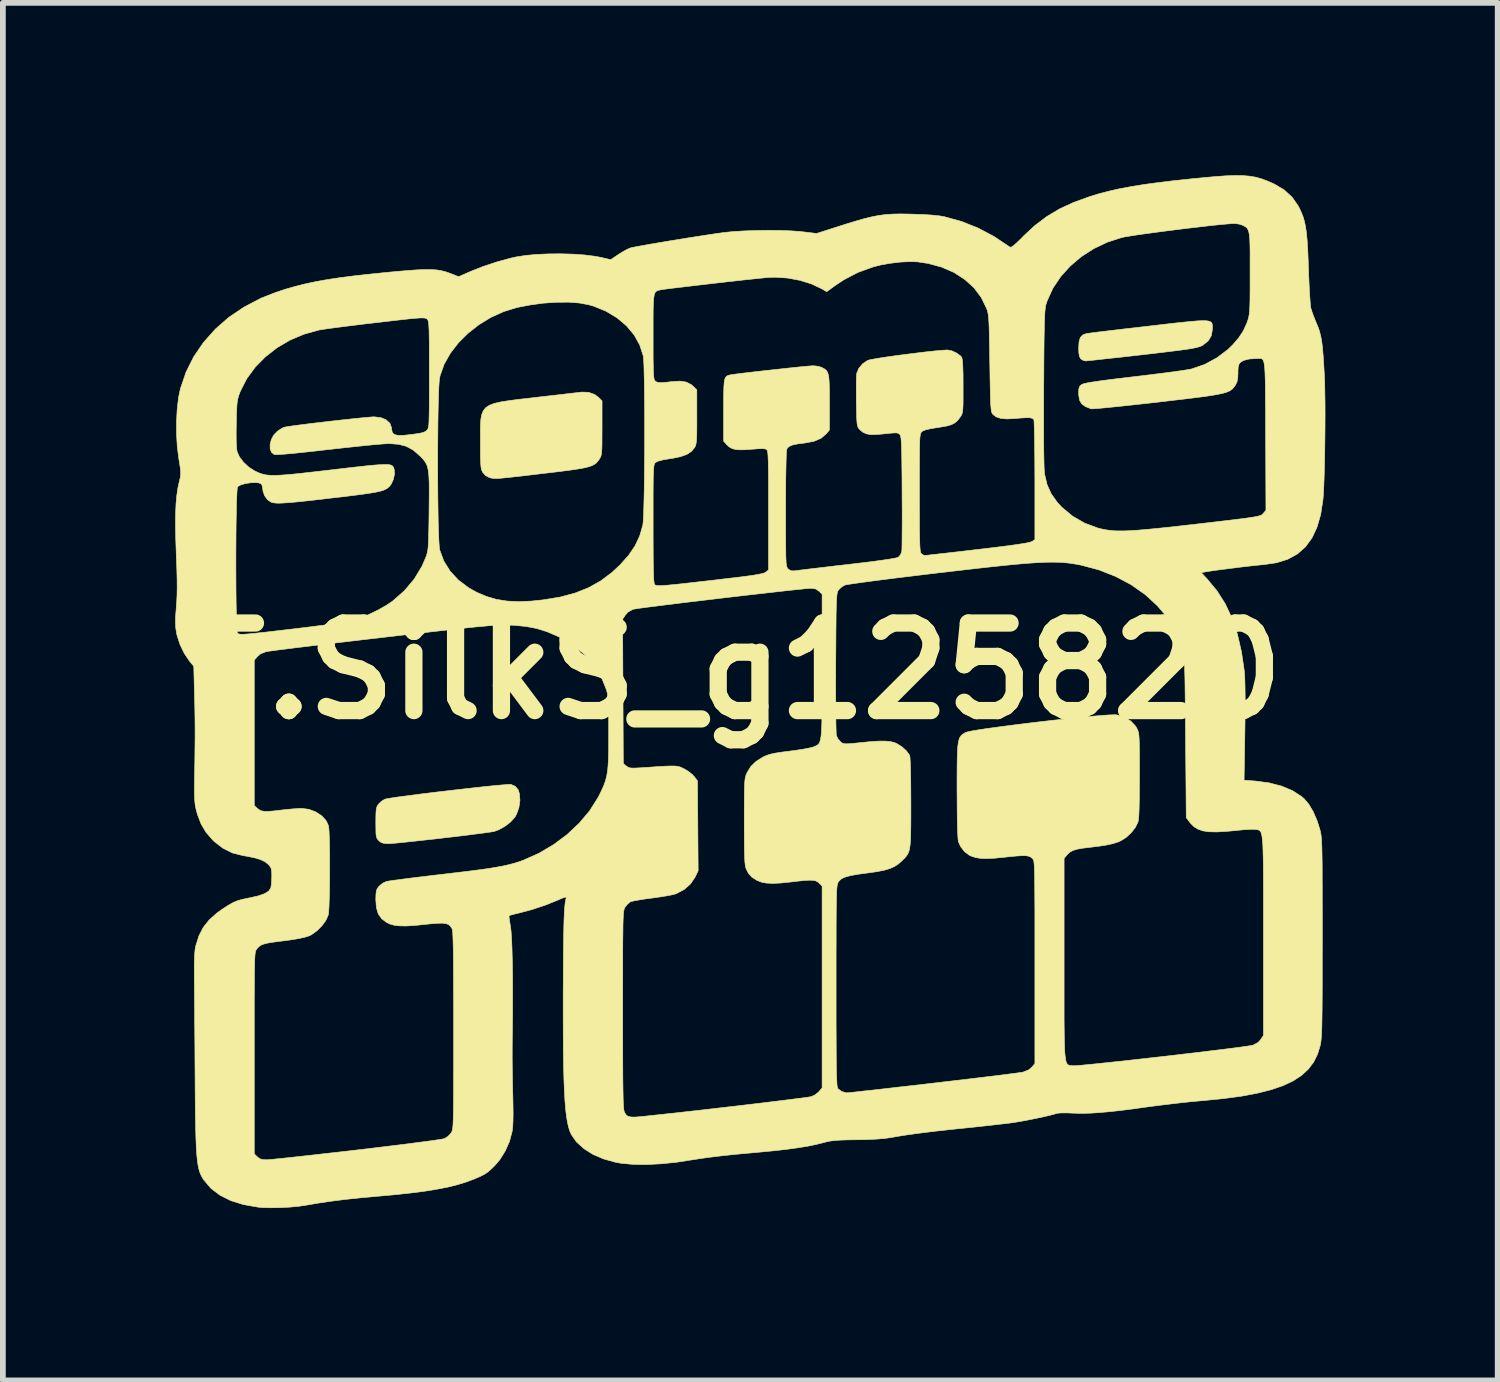
<source format=kicad_pcb>
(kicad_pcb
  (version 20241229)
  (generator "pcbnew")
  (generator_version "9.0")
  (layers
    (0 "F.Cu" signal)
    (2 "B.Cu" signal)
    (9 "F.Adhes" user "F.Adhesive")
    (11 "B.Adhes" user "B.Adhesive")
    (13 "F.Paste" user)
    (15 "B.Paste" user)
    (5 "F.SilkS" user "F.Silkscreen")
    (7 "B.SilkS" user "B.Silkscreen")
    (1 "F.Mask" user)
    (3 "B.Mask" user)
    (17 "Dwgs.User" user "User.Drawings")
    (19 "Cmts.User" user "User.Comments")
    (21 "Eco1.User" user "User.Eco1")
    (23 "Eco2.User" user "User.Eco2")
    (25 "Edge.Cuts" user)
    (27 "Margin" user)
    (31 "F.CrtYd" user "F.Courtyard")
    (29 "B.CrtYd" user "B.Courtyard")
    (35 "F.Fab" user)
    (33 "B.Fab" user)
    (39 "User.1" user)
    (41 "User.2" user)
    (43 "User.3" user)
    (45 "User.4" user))
  (footprint "F.SilkS_g125820"
    (layer "F.Cu")
    (at 9.779 8.63)
    (property "Reference" "F.SilkS_g125820" (at 0 0 0) (layer "F.SilkS") (effects (font (size 1.524 1.524) (thickness 0.3))))
    (attr through_hole)
    (fp_poly (pts (xy 8.177 -6.096) (xy 8.221 -6.088) (xy 8.25 -6.075) (xy 8.267 -6.055) (xy 8.274 -6.03) (xy 8.276 -5.998) (xy 8.276 -5.96) (xy 8.276 -5.95) (xy 8.258 -5.838) (xy 8.202 -5.745) (xy 8.109 -5.672) (xy 8.086 -5.659) (xy 8.057 -5.647) (xy 8.019 -5.636) (xy 7.968 -5.624) (xy 7.9 -5.611) (xy 7.811 -5.597) (xy 7.698 -5.582) (xy 7.556 -5.564) (xy 7.381 -5.543) (xy 7.171 -5.518) (xy 7.048 -5.504) (xy 6.852 -5.482) (xy 6.668 -5.461) (xy 6.499 -5.443) (xy 6.352 -5.427) (xy 6.23 -5.413) (xy 6.138 -5.404) (xy 6.08 -5.398) (xy 6.062 -5.397) (xy 6.014 -5.413) (xy 5.983 -5.436) (xy 5.962 -5.474) (xy 5.951 -5.536) (xy 5.948 -5.627) (xy 5.955 -5.733) (xy 5.977 -5.805) (xy 6.02 -5.85) (xy 6.08 -5.873) (xy 6.11 -5.877) (xy 6.178 -5.886) (xy 6.279 -5.899) (xy 6.41 -5.915) (xy 6.565 -5.933) (xy 6.741 -5.954) (xy 6.934 -5.976) (xy 7.138 -6) (xy 7.151 -6.001) (xy 7.397 -6.03) (xy 7.605 -6.054) (xy 7.777 -6.072) (xy 7.917 -6.086) (xy 8.028 -6.095) (xy 8.113 -6.098) (xy 8.177 -6.096)) (stroke (width 0.01) (type solid)) (fill yes) (layer "F.SilkS"))
    (fp_poly (pts (xy -3.935 1.975) (xy -3.859 2.008) (xy -3.81 2.066) (xy -3.787 2.135) (xy -3.778 2.254) (xy -3.797 2.381) (xy -3.84 2.499) (xy -3.868 2.547) (xy -3.94 2.627) (xy -4.038 2.703) (xy -4.145 2.763) (xy -4.223 2.792) (xy -4.266 2.8) (xy -4.346 2.812) (xy -4.457 2.827) (xy -4.593 2.844) (xy -4.747 2.864) (xy -4.915 2.884) (xy -5.091 2.904) (xy -5.268 2.925) (xy -5.442 2.944) (xy -5.606 2.962) (xy -5.754 2.978) (xy -5.882 2.991) (xy -5.982 3) (xy -6.05 3.005) (xy -6.071 3.006) (xy -6.145 3.001) (xy -6.196 2.985) (xy -6.235 2.954) (xy -6.256 2.93) (xy -6.271 2.904) (xy -6.28 2.867) (xy -6.285 2.812) (xy -6.286 2.729) (xy -6.287 2.639) (xy -6.286 2.527) (xy -6.283 2.449) (xy -6.277 2.396) (xy -6.266 2.359) (xy -6.249 2.33) (xy -6.241 2.318) (xy -6.188 2.268) (xy -6.129 2.232) (xy -6.094 2.224) (xy -6.022 2.212) (xy -5.919 2.196) (xy -5.789 2.179) (xy -5.637 2.159) (xy -5.468 2.137) (xy -5.288 2.115) (xy -5.101 2.093) (xy -4.912 2.071) (xy -4.726 2.05) (xy -4.549 2.03) (xy -4.384 2.012) (xy -4.238 1.997) (xy -4.115 1.986) (xy -4.019 1.978) (xy -3.957 1.974) (xy -3.935 1.975)) (stroke (width 0.01) (type solid)) (fill yes) (layer "F.SilkS"))
    (fp_poly (pts (xy -2.585 -4.851) (xy -2.477 -4.813) (xy -2.409 -4.762) (xy -2.349 -4.702) (xy -2.349 -4.229) (xy -2.35 -4.076) (xy -2.35 -3.959) (xy -2.352 -3.872) (xy -2.356 -3.81) (xy -2.362 -3.765) (xy -2.371 -3.733) (xy -2.383 -3.708) (xy -2.4 -3.682) (xy -2.401 -3.68) (xy -2.426 -3.646) (xy -2.453 -3.617) (xy -2.487 -3.593) (xy -2.532 -3.571) (xy -2.591 -3.552) (xy -2.669 -3.534) (xy -2.77 -3.516) (xy -2.898 -3.497) (xy -3.058 -3.476) (xy -3.253 -3.452) (xy -3.387 -3.437) (xy -3.594 -3.412) (xy -3.765 -3.392) (xy -3.901 -3.377) (xy -4.009 -3.365) (xy -4.092 -3.357) (xy -4.154 -3.352) (xy -4.201 -3.351) (xy -4.236 -3.352) (xy -4.263 -3.355) (xy -4.288 -3.361) (xy -4.313 -3.368) (xy -4.314 -3.368) (xy -4.383 -3.408) (xy -4.425 -3.456) (xy -4.438 -3.482) (xy -4.449 -3.512) (xy -4.456 -3.552) (xy -4.461 -3.609) (xy -4.464 -3.688) (xy -4.466 -3.795) (xy -4.466 -3.937) (xy -4.466 -3.987) (xy -4.466 -4.143) (xy -4.465 -4.272) (xy -4.459 -4.378) (xy -4.443 -4.463) (xy -4.416 -4.531) (xy -4.372 -4.584) (xy -4.31 -4.625) (xy -4.224 -4.658) (xy -4.111 -4.684) (xy -3.969 -4.706) (xy -3.793 -4.729) (xy -3.58 -4.753) (xy -3.498 -4.763) (xy -3.325 -4.783) (xy -3.163 -4.801) (xy -3.016 -4.818) (xy -2.891 -4.833) (xy -2.792 -4.844) (xy -2.727 -4.852) (xy -2.703 -4.855) (xy -2.585 -4.851)) (stroke (width 0.01) (type solid)) (fill yes) (layer "F.SilkS"))
    (fp_poly (pts (xy 8.801 -8.624) (xy 8.92 -8.614) (xy 9.027 -8.596) (xy 9.129 -8.568) (xy 9.231 -8.53) (xy 9.34 -8.483) (xy 9.35 -8.478) (xy 9.523 -8.376) (xy 9.662 -8.249) (xy 9.77 -8.095) (xy 9.79 -8.056) (xy 9.826 -7.978) (xy 9.856 -7.902) (xy 9.879 -7.821) (xy 9.898 -7.73) (xy 9.913 -7.624) (xy 9.925 -7.495) (xy 9.935 -7.34) (xy 9.943 -7.152) (xy 9.948 -7.006) (xy 9.954 -6.846) (xy 9.961 -6.695) (xy 9.968 -6.56) (xy 9.976 -6.448) (xy 9.983 -6.365) (xy 9.989 -6.317) (xy 9.99 -6.315) (xy 10.009 -6.253) (xy 10.04 -6.169) (xy 10.076 -6.078) (xy 10.085 -6.058) (xy 10.116 -5.983) (xy 10.141 -5.91) (xy 10.161 -5.831) (xy 10.178 -5.74) (xy 10.192 -5.631) (xy 10.203 -5.498) (xy 10.214 -5.335) (xy 10.224 -5.163) (xy 10.23 -5.028) (xy 10.233 -4.863) (xy 10.236 -4.674) (xy 10.237 -4.468) (xy 10.236 -4.252) (xy 10.234 -4.031) (xy 10.231 -3.813) (xy 10.227 -3.604) (xy 10.222 -3.411) (xy 10.216 -3.24) (xy 10.209 -3.097) (xy 10.201 -2.989) (xy 10.2 -2.981) (xy 10.161 -2.725) (xy 10.097 -2.503) (xy 10.009 -2.315) (xy 9.896 -2.16) (xy 9.756 -2.037) (xy 9.589 -1.945) (xy 9.394 -1.884) (xy 9.176 -1.852) (xy 9.098 -1.845) (xy 8.992 -1.834) (xy 8.866 -1.82) (xy 8.728 -1.803) (xy 8.587 -1.785) (xy 8.451 -1.768) (xy 8.329 -1.752) (xy 8.229 -1.737) (xy 8.159 -1.726) (xy 8.143 -1.723) (xy 8.083 -1.711) (xy 8.185 -1.601) (xy 8.355 -1.396) (xy 8.499 -1.17) (xy 8.616 -0.921) (xy 8.71 -0.645) (xy 8.781 -0.337) (xy 8.828 -0.021) (xy 8.836 0.062) (xy 8.841 0.17) (xy 8.844 0.304) (xy 8.846 0.469) (xy 8.845 0.668) (xy 8.843 0.904) (xy 8.841 1.051) (xy 8.827 1.901) (xy 9.023 1.916) (xy 9.265 1.948) (xy 9.483 2.005) (xy 9.673 2.085) (xy 9.83 2.187) (xy 9.872 2.223) (xy 9.953 2.318) (xy 10.03 2.448) (xy 10.097 2.603) (xy 10.144 2.749) (xy 10.152 2.779) (xy 10.159 2.809) (xy 10.165 2.842) (xy 10.17 2.881) (xy 10.175 2.928) (xy 10.178 2.988) (xy 10.181 3.062) (xy 10.183 3.154) (xy 10.185 3.267) (xy 10.187 3.403) (xy 10.187 3.566) (xy 10.188 3.759) (xy 10.188 3.984) (xy 10.189 4.245) (xy 10.189 4.544) (xy 10.189 4.636) (xy 10.188 4.951) (xy 10.188 5.227) (xy 10.188 5.467) (xy 10.187 5.673) (xy 10.186 5.849) (xy 10.184 5.996) (xy 10.182 6.119) (xy 10.18 6.22) (xy 10.177 6.302) (xy 10.173 6.368) (xy 10.168 6.421) (xy 10.163 6.463) (xy 10.157 6.498) (xy 10.154 6.516) (xy 10.107 6.67) (xy 10.039 6.808) (xy 9.946 6.931) (xy 9.828 7.04) (xy 9.682 7.135) (xy 9.507 7.218) (xy 9.299 7.289) (xy 9.058 7.35) (xy 8.781 7.402) (xy 8.466 7.444) (xy 8.112 7.479) (xy 8.075 7.482) (xy 7.93 7.495) (xy 7.757 7.513) (xy 7.568 7.535) (xy 7.377 7.558) (xy 7.198 7.581) (xy 7.154 7.587) (xy 6.888 7.624) (xy 6.658 7.653) (xy 6.46 7.674) (xy 6.288 7.689) (xy 6.138 7.698) (xy 6.004 7.701) (xy 5.881 7.698) (xy 5.849 7.697) (xy 5.748 7.693) (xy 5.658 7.693) (xy 5.591 7.697) (xy 5.561 7.703) (xy 5.505 7.72) (xy 5.416 7.742) (xy 5.304 7.768) (xy 5.178 7.794) (xy 5.048 7.82) (xy 4.923 7.843) (xy 4.813 7.861) (xy 4.805 7.862) (xy 4.729 7.872) (xy 4.619 7.885) (xy 4.48 7.901) (xy 4.32 7.919) (xy 4.145 7.938) (xy 3.963 7.957) (xy 3.852 7.968) (xy 3.664 7.988) (xy 3.474 8.009) (xy 3.291 8.031) (xy 3.123 8.053) (xy 2.976 8.073) (xy 2.86 8.091) (xy 2.815 8.098) (xy 2.691 8.12) (xy 2.58 8.136) (xy 2.469 8.146) (xy 2.348 8.154) (xy 2.204 8.158) (xy 2.085 8.16) (xy 1.931 8.162) (xy 1.811 8.166) (xy 1.718 8.172) (xy 1.643 8.18) (xy 1.579 8.191) (xy 1.517 8.207) (xy 1.503 8.211) (xy 1.379 8.242) (xy 1.235 8.272) (xy 1.067 8.299) (xy 0.872 8.326) (xy 0.644 8.352) (xy 0.381 8.377) (xy 0.205 8.393) (xy -0.022 8.414) (xy -0.244 8.437) (xy -0.451 8.462) (xy -0.635 8.487) (xy -0.786 8.511) (xy -0.79 8.511) (xy -1.06 8.553) (xy -1.324 8.579) (xy -1.574 8.592) (xy -1.804 8.589) (xy -2.006 8.571) (xy -2.103 8.555) (xy -2.316 8.496) (xy -2.505 8.416) (xy -2.665 8.315) (xy -2.794 8.198) (xy -2.882 8.072) (xy -2.908 8.016) (xy -2.93 7.946) (xy -2.95 7.861) (xy -2.967 7.758) (xy -2.982 7.635) (xy -2.994 7.489) (xy -3.004 7.317) (xy -3.012 7.118) (xy -3.018 6.888) (xy -3.022 6.626) (xy -3.024 6.329) (xy -3.025 5.994) (xy -3.025 5.62) (xy -3.025 5.62) (xy -3.023 5.312) (xy -3.022 5.045) (xy -3.02 4.814) (xy -3.017 4.617) (xy -3.014 4.451) (xy -3.01 4.314) (xy -3.005 4.203) (xy -2.999 4.114) (xy -2.992 4.046) (xy -2.984 3.995) (xy -2.975 3.959) (xy -2.972 3.951) (xy -2.974 3.937) (xy -3 3.94) (xy -3.055 3.96) (xy -3.115 3.987) (xy -3.336 4.076) (xy -3.581 4.157) (xy -3.786 4.211) (xy -3.867 4.23) (xy -3.929 4.247) (xy -3.964 4.257) (xy -3.968 4.259) (xy -3.968 4.281) (xy -3.961 4.335) (xy -3.949 4.412) (xy -3.942 4.456) (xy -3.932 4.538) (xy -3.924 4.66) (xy -3.917 4.816) (xy -3.912 5.005) (xy -3.908 5.222) (xy -3.906 5.464) (xy -3.906 5.728) (xy -3.907 6.009) (xy -3.91 6.305) (xy -3.912 6.424) (xy -3.913 6.579) (xy -3.913 6.761) (xy -3.911 6.957) (xy -3.908 7.152) (xy -3.904 7.332) (xy -3.903 7.355) (xy -3.899 7.55) (xy -3.897 7.707) (xy -3.899 7.832) (xy -3.904 7.931) (xy -3.913 8.008) (xy -3.915 8.019) (xy -3.96 8.189) (xy -4.034 8.356) (xy -4.129 8.508) (xy -4.217 8.611) (xy -4.288 8.679) (xy -4.345 8.728) (xy -4.401 8.764) (xy -4.468 8.798) (xy -4.559 8.837) (xy -4.574 8.844) (xy -4.715 8.896) (xy -4.869 8.944) (xy -5.039 8.986) (xy -5.231 9.023) (xy -5.449 9.058) (xy -5.696 9.089) (xy -5.977 9.119) (xy -6.265 9.145) (xy -6.554 9.171) (xy -6.811 9.198) (xy -7.05 9.228) (xy -7.281 9.262) (xy -7.504 9.3) (xy -7.64 9.32) (xy -7.798 9.334) (xy -7.964 9.342) (xy -8.125 9.344) (xy -8.267 9.34) (xy -8.339 9.333) (xy -8.594 9.288) (xy -8.814 9.219) (xy -9.001 9.125) (xy -9.156 9.007) (xy -9.278 8.864) (xy -9.306 8.822) (xy -9.329 8.778) (xy -9.35 8.728) (xy -9.367 8.67) (xy -9.382 8.6) (xy -9.394 8.515) (xy -9.404 8.412) (xy -9.412 8.288) (xy -9.418 8.139) (xy -9.423 7.963) (xy -9.427 7.756) (xy -9.43 7.516) (xy -9.432 7.238) (xy -9.433 7.038) (xy -9.435 6.795) (xy -9.436 6.552) (xy -9.438 6.314) (xy -9.44 6.087) (xy -9.441 5.876) (xy -9.443 5.687) (xy -9.444 5.527) (xy -9.445 5.4) (xy -9.446 5.345) (xy -9.447 5.168) (xy -9.445 5.029) (xy -9.44 4.922) (xy -9.432 4.841) (xy -9.421 4.784) (xy -9.366 4.61) (xy -9.29 4.463) (xy -9.189 4.335) (xy -9.056 4.216) (xy -8.954 4.143) (xy -8.854 4.078) (xy -8.774 4.033) (xy -8.7 4.001) (xy -8.618 3.977) (xy -8.513 3.955) (xy -8.479 3.948) (xy -8.332 3.915) (xy -8.224 3.877) (xy -8.153 3.833) (xy -8.117 3.783) (xy -8.114 3.773) (xy -8.106 3.721) (xy -8.1 3.645) (xy -8.098 3.573) (xy -8.099 3.495) (xy -8.107 3.443) (xy -8.126 3.405) (xy -8.159 3.366) (xy -8.216 3.321) (xy -8.294 3.283) (xy -8.399 3.252) (xy -8.539 3.224) (xy -8.594 3.215) (xy -8.779 3.169) (xy -8.947 3.086) (xy -9.102 2.966) (xy -9.134 2.934) (xy -9.245 2.805) (xy -9.329 2.662) (xy -9.393 2.494) (xy -9.413 2.42) (xy -9.425 2.366) (xy -9.434 2.309) (xy -9.44 2.242) (xy -9.443 2.157) (xy -9.444 2.05) (xy -9.443 1.911) (xy -9.441 1.778) (xy -9.437 1.547) (xy -9.435 1.35) (xy -9.433 1.178) (xy -9.433 1.021) (xy -9.434 0.872) (xy -9.436 0.721) (xy -9.439 0.559) (xy -9.444 0.377) (xy -9.444 0.367) (xy -9.456 -0.082) (xy -9.532 -0.174) (xy -9.541 -0.187) (xy -8.403 -0.187) (xy -8.403 2.342) (xy -8.356 2.386) (xy -8.318 2.416) (xy -8.278 2.435) (xy -8.226 2.444) (xy -8.156 2.444) (xy -8.058 2.436) (xy -7.957 2.424) (xy -7.843 2.411) (xy -7.732 2.401) (xy -7.638 2.394) (xy -7.578 2.392) (xy -7.452 2.408) (xy -7.333 2.453) (xy -7.23 2.52) (xy -7.152 2.605) (xy -7.112 2.69) (xy -7.105 2.733) (xy -7.1 2.813) (xy -7.096 2.922) (xy -7.093 3.055) (xy -7.091 3.204) (xy -7.091 3.364) (xy -7.091 3.528) (xy -7.092 3.689) (xy -7.094 3.842) (xy -7.098 3.98) (xy -7.102 4.097) (xy -7.107 4.185) (xy -7.114 4.24) (xy -7.115 4.247) (xy -7.154 4.338) (xy -7.223 4.433) (xy -7.31 4.521) (xy -7.405 4.59) (xy -7.448 4.611) (xy -7.524 4.635) (xy -7.639 4.66) (xy -7.788 4.684) (xy -7.892 4.697) (xy -8.031 4.715) (xy -8.136 4.73) (xy -8.211 4.746) (xy -8.265 4.763) (xy -8.304 4.784) (xy -8.335 4.811) (xy -8.359 4.839) (xy -8.367 4.85) (xy -8.374 4.862) (xy -8.38 4.879) (xy -8.385 4.903) (xy -8.389 4.936) (xy -8.393 4.983) (xy -8.396 5.045) (xy -8.398 5.126) (xy -8.4 5.227) (xy -8.401 5.352) (xy -8.402 5.504) (xy -8.403 5.686) (xy -8.403 5.899) (xy -8.403 6.147) (xy -8.403 6.433) (xy -8.403 6.65) (xy -8.403 8.405) (xy -8.351 8.457) (xy -8.307 8.491) (xy -8.252 8.506) (xy -8.192 8.509) (xy -8.154 8.507) (xy -8.077 8.5) (xy -7.965 8.488) (xy -7.822 8.474) (xy -7.653 8.455) (xy -7.459 8.434) (xy -7.246 8.41) (xy -7.017 8.384) (xy -6.776 8.357) (xy -6.623 8.339) (xy -6.374 8.31) (xy -6.137 8.281) (xy -5.915 8.254) (xy -5.712 8.229) (xy -5.531 8.205) (xy -5.377 8.185) (xy -5.251 8.167) (xy -5.159 8.153) (xy -5.103 8.143) (xy -5.089 8.139) (xy -5.029 8.1) (xy -4.978 8.045) (xy -4.975 8.039) (xy -4.967 8.026) (xy -4.96 8.01) (xy -4.954 7.99) (xy -4.95 7.962) (xy -4.945 7.924) (xy -4.942 7.873) (xy -4.939 7.806) (xy -4.937 7.719) (xy -4.935 7.611) (xy -4.934 7.479) (xy -4.933 7.319) (xy -4.933 7.129) (xy -4.932 6.905) (xy -4.932 6.646) (xy -4.932 6.349) (xy -4.932 6.255) (xy -4.932 5.93) (xy -4.933 5.645) (xy -4.934 5.398) (xy -4.935 5.186) (xy -4.936 5.007) (xy -4.938 4.859) (xy -4.941 4.739) (xy -4.944 4.645) (xy -4.947 4.575) (xy -4.951 4.527) (xy -4.956 4.497) (xy -4.959 4.487) (xy -4.985 4.446) (xy -5.018 4.416) (xy -5.063 4.398) (xy -5.128 4.39) (xy -5.219 4.392) (xy -5.34 4.402) (xy -5.444 4.413) (xy -5.621 4.431) (xy -5.763 4.439) (xy -5.876 4.437) (xy -5.968 4.426) (xy -6.043 4.404) (xy -6.098 4.378) (xy -6.185 4.313) (xy -6.244 4.229) (xy -6.277 4.12) (xy -6.287 3.984) (xy -6.285 3.896) (xy -6.279 3.837) (xy -6.265 3.795) (xy -6.24 3.759) (xy -6.232 3.749) (xy -6.174 3.699) (xy -6.106 3.665) (xy -6.1 3.664) (xy -6.063 3.657) (xy -5.988 3.646) (xy -5.881 3.632) (xy -5.746 3.614) (xy -5.589 3.594) (xy -5.412 3.573) (xy -5.222 3.55) (xy -5.099 3.536) (xy -4.846 3.506) (xy -4.631 3.48) (xy -4.449 3.456) (xy -4.296 3.434) (xy -4.166 3.412) (xy -4.055 3.391) (xy -3.96 3.369) (xy -3.874 3.346) (xy -3.793 3.321) (xy -3.719 3.294) (xy -3.447 3.173) (xy -3.191 3.022) (xy -2.955 2.846) (xy -2.745 2.648) (xy -2.565 2.434) (xy -2.421 2.207) (xy -2.39 2.148) (xy -2.348 2.06) (xy -2.314 1.982) (xy -2.288 1.907) (xy -2.268 1.83) (xy -2.253 1.744) (xy -2.244 1.643) (xy -2.237 1.522) (xy -2.234 1.374) (xy -2.233 1.193) (xy -2.233 1.079) (xy -2.233 0.895) (xy -2.234 0.747) (xy -2.236 0.631) (xy -2.24 0.541) (xy -2.245 0.471) (xy -2.252 0.416) (xy -2.261 0.37) (xy -2.272 0.328) (xy -2.272 0.328) (xy -2.363 0.101) (xy -2.49 -0.104) (xy -2.653 -0.287) (xy -2.852 -0.448) (xy -3.087 -0.587) (xy -3.122 -0.604) (xy -3.305 -0.683) (xy -3.483 -0.739) (xy -3.669 -0.775) (xy -3.879 -0.795) (xy -3.958 -0.798) (xy -4.01 -0.8) (xy -4.063 -0.8) (xy -4.12 -0.799) (xy -4.183 -0.796) (xy -4.257 -0.792) (xy -4.343 -0.785) (xy -4.445 -0.776) (xy -4.565 -0.765) (xy -4.707 -0.75) (xy -4.873 -0.732) (xy -5.067 -0.711) (xy -5.291 -0.685) (xy -5.549 -0.656) (xy -5.842 -0.622) (xy -6.17 -0.584) (xy -6.453 -0.551) (xy -6.726 -0.519) (xy -6.986 -0.488) (xy -7.228 -0.459) (xy -7.451 -0.432) (xy -7.651 -0.408) (xy -7.825 -0.386) (xy -7.97 -0.368) (xy -8.082 -0.353) (xy -8.158 -0.343) (xy -8.196 -0.337) (xy -8.197 -0.337) (xy -8.297 -0.296) (xy -8.35 -0.25) (xy -8.403 -0.187) (xy -9.541 -0.187) (xy -9.621 -0.306) (xy -9.696 -0.462) (xy -9.748 -0.624) (xy -9.759 -0.678) (xy -9.77 -0.754) (xy -9.774 -0.836) (xy -9.773 -0.934) (xy -9.764 -1.059) (xy -9.76 -1.115) (xy -9.752 -1.221) (xy -9.747 -1.33) (xy -9.745 -1.45) (xy -9.746 -1.589) (xy -9.75 -1.752) (xy -9.751 -1.776) (xy -8.723 -1.776) (xy -8.722 -1.577) (xy -8.721 -1.386) (xy -8.719 -1.208) (xy -8.716 -1.048) (xy -8.713 -0.909) (xy -8.709 -0.796) (xy -8.704 -0.715) (xy -8.698 -0.669) (xy -8.695 -0.66) (xy -8.685 -0.652) (xy -8.672 -0.645) (xy -8.651 -0.64) (xy -8.62 -0.639) (xy -8.574 -0.64) (xy -8.509 -0.645) (xy -8.422 -0.653) (xy -8.309 -0.665) (xy -8.167 -0.68) (xy -7.99 -0.701) (xy -7.776 -0.726) (xy -7.732 -0.731) (xy -7.541 -0.754) (xy -7.357 -0.777) (xy -7.185 -0.799) (xy -7.031 -0.821) (xy -6.9 -0.84) (xy -6.8 -0.856) (xy -6.735 -0.868) (xy -6.731 -0.869) (xy -6.621 -0.902) (xy -1.991 -0.902) (xy -1.979 1.612) (xy -1.926 1.655) (xy -1.897 1.675) (xy -1.865 1.687) (xy -1.818 1.691) (xy -1.747 1.689) (xy -1.672 1.685) (xy -1.494 1.673) (xy -1.352 1.663) (xy -1.242 1.657) (xy -1.158 1.654) (xy -1.095 1.654) (xy -1.048 1.658) (xy -1.011 1.665) (xy -0.98 1.675) (xy -0.948 1.69) (xy -0.921 1.703) (xy -0.845 1.748) (xy -0.777 1.803) (xy -0.746 1.836) (xy -0.688 1.912) (xy -0.682 2.695) (xy -0.676 3.478) (xy -0.731 3.592) (xy -0.811 3.709) (xy -0.922 3.806) (xy -1.055 3.875) (xy -1.076 3.883) (xy -1.132 3.897) (xy -1.221 3.914) (xy -1.33 3.932) (xy -1.45 3.949) (xy -1.493 3.955) (xy -1.608 3.97) (xy -1.712 3.987) (xy -1.794 4.002) (xy -1.847 4.015) (xy -1.859 4.02) (xy -1.903 4.056) (xy -1.945 4.108) (xy -1.948 4.113) (xy -1.956 4.126) (xy -1.962 4.142) (xy -1.968 4.164) (xy -1.973 4.193) (xy -1.977 4.234) (xy -1.98 4.288) (xy -1.983 4.359) (xy -1.985 4.45) (xy -1.986 4.563) (xy -1.988 4.701) (xy -1.989 4.866) (xy -1.989 5.063) (xy -1.989 5.293) (xy -1.99 5.56) (xy -1.99 5.866) (xy -1.99 5.901) (xy -1.99 6.217) (xy -1.989 6.493) (xy -1.989 6.732) (xy -1.988 6.937) (xy -1.987 7.11) (xy -1.985 7.254) (xy -1.983 7.372) (xy -1.981 7.466) (xy -1.978 7.54) (xy -1.974 7.596) (xy -1.97 7.636) (xy -1.965 7.663) (xy -1.959 7.68) (xy -1.958 7.683) (xy -1.929 7.729) (xy -1.894 7.754) (xy -1.839 7.764) (xy -1.788 7.766) (xy -1.753 7.764) (xy -1.679 7.758) (xy -1.571 7.747) (xy -1.432 7.732) (xy -1.265 7.714) (xy -1.074 7.694) (xy -0.863 7.67) (xy -0.636 7.645) (xy -0.396 7.617) (xy -0.243 7.599) (xy 0.004 7.571) (xy 0.239 7.543) (xy 0.46 7.517) (xy 0.662 7.492) (xy 0.844 7.47) (xy 0.999 7.45) (xy 1.126 7.434) (xy 1.22 7.421) (xy 1.279 7.412) (xy 1.295 7.409) (xy 1.362 7.377) (xy 1.422 7.328) (xy 1.427 7.322) (xy 1.482 7.257) (xy 1.482 3.745) (xy 1.43 3.693) (xy 1.401 3.669) (xy 1.367 3.652) (xy 1.321 3.644) (xy 1.256 3.642) (xy 1.168 3.647) (xy 1.048 3.66) (xy 0.922 3.675) (xy 0.752 3.692) (xy 0.617 3.698) (xy 0.509 3.692) (xy 0.42 3.674) (xy 0.347 3.645) (xy 0.259 3.589) (xy 0.199 3.521) (xy 0.16 3.445) (xy 0.151 3.418) (xy 0.144 3.38) (xy 0.138 3.328) (xy 0.134 3.256) (xy 0.131 3.161) (xy 0.129 3.038) (xy 0.128 2.883) (xy 0.127 2.692) (xy 0.127 2.62) (xy 0.127 2.422) (xy 0.128 2.263) (xy 0.129 2.136) (xy 0.131 2.037) (xy 0.133 1.961) (xy 0.138 1.905) (xy 0.144 1.862) (xy 0.152 1.829) (xy 0.162 1.8) (xy 0.175 1.772) (xy 0.177 1.767) (xy 0.24 1.664) (xy 0.327 1.578) (xy 0.447 1.502) (xy 0.471 1.49) (xy 0.524 1.467) (xy 0.589 1.447) (xy 0.674 1.429) (xy 0.785 1.412) (xy 0.918 1.395) (xy 1.04 1.379) (xy 1.154 1.361) (xy 1.25 1.343) (xy 1.318 1.326) (xy 1.34 1.319) (xy 1.369 1.306) (xy 1.393 1.294) (xy 1.414 1.279) (xy 1.431 1.258) (xy 1.445 1.227) (xy 1.456 1.184) (xy 1.465 1.124) (xy 1.471 1.046) (xy 1.476 0.946) (xy 1.479 0.82) (xy 1.481 0.665) (xy 1.481 0.479) (xy 1.482 0.292) (xy 1.718 0.292) (xy 1.719 0.489) (xy 1.72 0.668) (xy 1.721 0.822) (xy 1.723 0.95) (xy 1.726 1.046) (xy 1.728 1.106) (xy 1.731 1.125) (xy 1.761 1.187) (xy 1.805 1.235) (xy 1.83 1.253) (xy 1.856 1.263) (xy 1.89 1.268) (xy 1.941 1.267) (xy 2.016 1.261) (xy 2.125 1.25) (xy 2.143 1.248) (xy 2.323 1.23) (xy 2.468 1.221) (xy 2.582 1.221) (xy 2.671 1.229) (xy 2.743 1.247) (xy 2.784 1.265) (xy 2.873 1.321) (xy 2.949 1.39) (xy 3 1.46) (xy 3.008 1.478) (xy 3.012 1.51) (xy 3.016 1.579) (xy 3.02 1.68) (xy 3.023 1.808) (xy 3.025 1.959) (xy 3.026 2.126) (xy 3.027 2.3) (xy 3.027 2.511) (xy 3.026 2.685) (xy 3.024 2.825) (xy 3.021 2.937) (xy 3.014 3.024) (xy 3.005 3.092) (xy 2.991 3.144) (xy 2.973 3.186) (xy 2.949 3.222) (xy 2.92 3.256) (xy 2.883 3.292) (xy 2.876 3.3) (xy 2.811 3.358) (xy 2.743 3.403) (xy 2.663 3.439) (xy 2.564 3.468) (xy 2.438 3.493) (xy 2.279 3.516) (xy 2.266 3.517) (xy 2.114 3.538) (xy 1.998 3.558) (xy 1.912 3.578) (xy 1.851 3.6) (xy 1.807 3.627) (xy 1.774 3.66) (xy 1.764 3.675) (xy 1.757 3.687) (xy 1.751 3.703) (xy 1.746 3.726) (xy 1.741 3.758) (xy 1.737 3.802) (xy 1.734 3.861) (xy 1.732 3.938) (xy 1.73 4.035) (xy 1.728 4.155) (xy 1.727 4.301) (xy 1.726 4.476) (xy 1.726 4.683) (xy 1.725 4.923) (xy 1.725 5.201) (xy 1.725 5.483) (xy 1.725 5.801) (xy 1.725 6.079) (xy 1.726 6.32) (xy 1.727 6.526) (xy 1.728 6.701) (xy 1.729 6.846) (xy 1.731 6.965) (xy 1.734 7.06) (xy 1.737 7.134) (xy 1.74 7.188) (xy 1.744 7.227) (xy 1.749 7.252) (xy 1.754 7.267) (xy 1.756 7.27) (xy 1.821 7.32) (xy 1.902 7.343) (xy 1.91 7.343) (xy 1.937 7.341) (xy 2.002 7.335) (xy 2.102 7.324) (xy 2.234 7.309) (xy 2.394 7.292) (xy 2.579 7.271) (xy 2.785 7.247) (xy 3.008 7.222) (xy 3.246 7.195) (xy 3.413 7.175) (xy 3.66 7.146) (xy 3.897 7.119) (xy 4.12 7.092) (xy 4.326 7.067) (xy 4.51 7.045) (xy 4.67 7.025) (xy 4.8 7.008) (xy 4.898 6.995) (xy 4.96 6.986) (xy 4.979 6.983) (xy 5.079 6.943) (xy 5.133 6.897) (xy 5.186 6.834) (xy 5.186 5.069) (xy 5.186 4.755) (xy 5.186 4.48) (xy 5.186 4.242) (xy 5.185 4.039) (xy 5.184 3.867) (xy 5.183 3.723) (xy 5.182 3.606) (xy 5.18 3.511) (xy 5.178 3.437) (xy 5.175 3.381) (xy 5.171 3.34) (xy 5.166 3.31) (xy 5.161 3.291) (xy 5.155 3.278) (xy 5.148 3.269) (xy 5.142 3.263) (xy 5.113 3.24) (xy 5.078 3.224) (xy 5.032 3.216) (xy 4.967 3.215) (xy 4.878 3.22) (xy 4.757 3.231) (xy 4.657 3.242) (xy 4.486 3.259) (xy 4.349 3.265) (xy 4.239 3.262) (xy 4.151 3.247) (xy 4.075 3.222) (xy 4.046 3.208) (xy 3.961 3.145) (xy 3.892 3.055) (xy 3.853 2.968) (xy 3.848 2.925) (xy 3.843 2.844) (xy 3.838 2.727) (xy 3.835 2.578) (xy 3.833 2.399) (xy 3.832 2.196) (xy 3.831 2.074) (xy 3.831 1.853) (xy 3.832 1.67) (xy 3.834 1.522) (xy 3.838 1.403) (xy 3.844 1.311) (xy 3.854 1.24) (xy 3.867 1.188) (xy 3.884 1.15) (xy 3.905 1.121) (xy 3.933 1.099) (xy 3.966 1.078) (xy 3.976 1.072) (xy 4.014 1.06) (xy 4.089 1.044) (xy 4.197 1.026) (xy 4.333 1.005) (xy 4.493 0.983) (xy 4.672 0.959) (xy 4.865 0.934) (xy 5.068 0.909) (xy 5.276 0.884) (xy 5.485 0.86) (xy 5.689 0.838) (xy 5.885 0.817) (xy 6.067 0.799) (xy 6.231 0.784) (xy 6.373 0.772) (xy 6.487 0.765) (xy 6.569 0.762) (xy 6.615 0.764) (xy 6.746 0.805) (xy 6.856 0.872) (xy 6.938 0.96) (xy 6.959 0.994) (xy 6.971 1.021) (xy 6.982 1.047) (xy 6.99 1.078) (xy 6.996 1.119) (xy 7 1.175) (xy 7.003 1.249) (xy 7.005 1.347) (xy 7.006 1.474) (xy 7.006 1.633) (xy 7.006 1.817) (xy 7.005 2.052) (xy 7.003 2.246) (xy 7 2.4) (xy 6.995 2.515) (xy 6.988 2.592) (xy 6.981 2.629) (xy 6.938 2.718) (xy 6.868 2.81) (xy 6.78 2.893) (xy 6.691 2.951) (xy 6.622 2.981) (xy 6.542 3.006) (xy 6.443 3.028) (xy 6.318 3.048) (xy 6.158 3.068) (xy 6.149 3.069) (xy 6.018 3.085) (xy 5.922 3.102) (xy 5.853 3.123) (xy 5.802 3.149) (xy 5.761 3.184) (xy 5.747 3.199) (xy 5.694 3.263) (xy 5.694 5.016) (xy 5.694 5.337) (xy 5.694 5.619) (xy 5.694 5.863) (xy 5.694 6.074) (xy 5.696 6.252) (xy 5.698 6.401) (xy 5.701 6.524) (xy 5.705 6.623) (xy 5.712 6.7) (xy 5.72 6.759) (xy 5.729 6.802) (xy 5.742 6.831) (xy 5.756 6.85) (xy 5.774 6.861) (xy 5.794 6.866) (xy 5.817 6.868) (xy 5.844 6.871) (xy 5.853 6.872) (xy 5.888 6.871) (xy 5.961 6.866) (xy 6.067 6.856) (xy 6.203 6.843) (xy 6.365 6.826) (xy 6.547 6.807) (xy 6.747 6.786) (xy 6.959 6.762) (xy 7.18 6.737) (xy 7.405 6.712) (xy 7.631 6.686) (xy 7.852 6.66) (xy 8.066 6.635) (xy 8.267 6.61) (xy 8.452 6.588) (xy 8.617 6.567) (xy 8.756 6.549) (xy 8.867 6.533) (xy 8.944 6.521) (xy 8.984 6.514) (xy 8.985 6.513) (xy 9.073 6.465) (xy 9.117 6.416) (xy 9.165 6.344) (xy 9.165 4.621) (xy 9.165 4.3) (xy 9.165 4.02) (xy 9.165 3.776) (xy 9.164 3.567) (xy 9.163 3.389) (xy 9.16 3.24) (xy 9.157 3.118) (xy 9.153 3.019) (xy 9.147 2.942) (xy 9.14 2.882) (xy 9.131 2.839) (xy 9.121 2.808) (xy 9.108 2.788) (xy 9.093 2.775) (xy 9.076 2.767) (xy 9.056 2.762) (xy 9.043 2.759) (xy 9.001 2.756) (xy 8.926 2.757) (xy 8.83 2.763) (xy 8.722 2.773) (xy 8.71 2.775) (xy 8.512 2.793) (xy 8.35 2.802) (xy 8.218 2.799) (xy 8.113 2.784) (xy 8.028 2.755) (xy 7.958 2.713) (xy 7.9 2.656) (xy 7.881 2.632) (xy 7.821 2.554) (xy 7.809 1.176) (xy 7.807 0.901) (xy 7.805 0.664) (xy 7.802 0.462) (xy 7.8 0.293) (xy 7.798 0.153) (xy 7.795 0.037) (xy 7.792 -0.056) (xy 7.788 -0.131) (xy 7.784 -0.19) (xy 7.778 -0.239) (xy 7.772 -0.278) (xy 7.765 -0.313) (xy 7.756 -0.346) (xy 7.751 -0.365) (xy 7.676 -0.588) (xy 7.584 -0.782) (xy 7.467 -0.96) (xy 7.319 -1.134) (xy 7.317 -1.136) (xy 7.105 -1.331) (xy 6.861 -1.502) (xy 6.592 -1.645) (xy 6.3 -1.76) (xy 5.992 -1.842) (xy 5.919 -1.856) (xy 5.836 -1.87) (xy 5.752 -1.881) (xy 5.665 -1.889) (xy 5.571 -1.893) (xy 5.467 -1.894) (xy 5.35 -1.892) (xy 5.217 -1.885) (xy 5.065 -1.875) (xy 4.89 -1.86) (xy 4.69 -1.841) (xy 4.46 -1.817) (xy 4.199 -1.788) (xy 3.903 -1.754) (xy 3.569 -1.715) (xy 3.497 -1.707) (xy 3.239 -1.676) (xy 2.993 -1.646) (xy 2.762 -1.618) (xy 2.551 -1.591) (xy 2.363 -1.567) (xy 2.2 -1.545) (xy 2.066 -1.526) (xy 1.964 -1.511) (xy 1.899 -1.5) (xy 1.874 -1.494) (xy 1.813 -1.456) (xy 1.765 -1.407) (xy 1.764 -1.405) (xy 1.755 -1.39) (xy 1.748 -1.371) (xy 1.743 -1.344) (xy 1.738 -1.305) (xy 1.734 -1.252) (xy 1.73 -1.181) (xy 1.728 -1.088) (xy 1.725 -0.97) (xy 1.724 -0.824) (xy 1.722 -0.646) (xy 1.721 -0.433) (xy 1.719 -0.182) (xy 1.719 -0.144) (xy 1.718 0.08) (xy 1.718 0.292) (xy 1.482 0.292) (xy 1.482 0.258) (xy 1.482 -0.002) (xy 1.482 -0.085) (xy 1.482 -1.335) (xy 1.43 -1.387) (xy 1.369 -1.428) (xy 1.294 -1.439) (xy 1.253 -1.437) (xy 1.174 -1.43) (xy 1.063 -1.419) (xy 0.923 -1.404) (xy 0.758 -1.386) (xy 0.573 -1.365) (xy 0.372 -1.342) (xy 0.159 -1.318) (xy -0.062 -1.292) (xy -0.287 -1.266) (xy -0.51 -1.239) (xy -0.73 -1.213) (xy -0.94 -1.188) (xy -1.137 -1.163) (xy -1.317 -1.141) (xy -1.475 -1.121) (xy -1.608 -1.104) (xy -1.711 -1.09) (xy -1.779 -1.079) (xy -1.809 -1.074) (xy -1.898 -1.025) (xy -1.942 -0.975) (xy -1.991 -0.902) (xy -6.621 -0.902) (xy -6.581 -0.915) (xy -6.414 -0.981) (xy -6.247 -1.061) (xy -6.095 -1.148) (xy -5.996 -1.215) (xy -5.79 -1.396) (xy -5.618 -1.6) (xy -5.483 -1.824) (xy -5.414 -1.984) (xy -5.401 -2.021) (xy -5.391 -2.059) (xy -5.382 -2.103) (xy -5.376 -2.158) (xy -5.371 -2.23) (xy -5.368 -2.324) (xy -5.365 -2.445) (xy -5.362 -2.599) (xy -5.36 -2.772) (xy -5.358 -2.977) (xy -5.357 -3.146) (xy -5.358 -3.281) (xy -5.363 -3.389) (xy -5.371 -3.474) (xy -5.384 -3.541) (xy -5.403 -3.595) (xy -5.428 -3.64) (xy -5.437 -3.653) (xy -5.21 -3.653) (xy -5.21 -3.426) (xy -5.209 -3.204) (xy -5.207 -2.989) (xy -5.204 -2.788) (xy -5.201 -2.603) (xy -5.196 -2.44) (xy -5.191 -2.304) (xy -5.185 -2.199) (xy -5.179 -2.128) (xy -5.175 -2.107) (xy -5.103 -1.913) (xy -4.993 -1.737) (xy -4.848 -1.581) (xy -4.668 -1.446) (xy -4.526 -1.367) (xy -4.357 -1.296) (xy -4.185 -1.246) (xy -4.002 -1.217) (xy -3.801 -1.207) (xy -3.574 -1.217) (xy -3.375 -1.238) (xy -3.081 -1.286) (xy -2.819 -1.356) (xy -2.585 -1.449) (xy -2.372 -1.568) (xy -2.175 -1.716) (xy -2.034 -1.848) (xy -1.886 -2.014) (xy -1.774 -2.179) (xy -1.694 -2.349) (xy -1.64 -2.534) (xy -1.639 -2.54) (xy -1.633 -2.589) (xy -1.627 -2.676) (xy -1.623 -2.797) (xy -1.619 -2.945) (xy -1.615 -3.118) (xy -1.612 -3.311) (xy -1.61 -3.518) (xy -1.608 -3.735) (xy -1.607 -3.958) (xy -1.607 -4.182) (xy -1.607 -4.403) (xy -1.608 -4.616) (xy -1.61 -4.816) (xy -1.612 -4.999) (xy -1.616 -5.16) (xy -1.619 -5.295) (xy -1.624 -5.399) (xy -1.629 -5.467) (xy -1.632 -5.486) (xy -1.693 -5.675) (xy -1.773 -5.819) (xy -1.46 -5.819) (xy -1.46 -5.62) (xy -1.46 -5.459) (xy -1.458 -5.332) (xy -1.456 -5.235) (xy -1.453 -5.163) (xy -1.448 -5.113) (xy -1.442 -5.08) (xy -1.434 -5.059) (xy -1.427 -5.05) (xy -1.401 -5.031) (xy -1.364 -5.021) (xy -1.308 -5.019) (xy -1.226 -5.026) (xy -1.132 -5.037) (xy -0.994 -5.046) (xy -0.884 -5.029) (xy -0.796 -4.985) (xy -0.759 -4.953) (xy -0.699 -4.893) (xy -0.699 -4.423) (xy -0.699 -4.268) (xy -0.7 -4.15) (xy -0.702 -4.062) (xy -0.707 -3.998) (xy -0.713 -3.953) (xy -0.722 -3.921) (xy -0.734 -3.895) (xy -0.74 -3.886) (xy -0.794 -3.821) (xy -0.872 -3.77) (xy -0.978 -3.732) (xy -1.118 -3.702) (xy -1.163 -3.696) (xy -1.288 -3.675) (xy -1.374 -3.652) (xy -1.42 -3.629) (xy -1.429 -3.619) (xy -1.437 -3.605) (xy -1.443 -3.584) (xy -1.448 -3.551) (xy -1.452 -3.504) (xy -1.455 -3.438) (xy -1.458 -3.35) (xy -1.459 -3.237) (xy -1.46 -3.094) (xy -1.46 -2.919) (xy -1.46 -2.707) (xy -1.46 -2.562) (xy -1.46 -2.314) (xy -1.459 -2.105) (xy -1.458 -1.932) (xy -1.456 -1.793) (xy -1.453 -1.686) (xy -1.45 -1.605) (xy -1.445 -1.551) (xy -1.44 -1.518) (xy -1.434 -1.505) (xy -1.423 -1.496) (xy -1.405 -1.49) (xy -1.378 -1.487) (xy -1.337 -1.486) (xy -1.28 -1.488) (xy -1.202 -1.494) (xy -1.101 -1.504) (xy -0.972 -1.517) (xy -0.812 -1.535) (xy -0.618 -1.557) (xy -0.387 -1.583) (xy -0.331 -1.59) (xy -0.121 -1.615) (xy 0.05 -1.635) (xy 0.187 -1.653) (xy 0.293 -1.668) (xy 0.373 -1.682) (xy 0.431 -1.694) (xy 0.47 -1.705) (xy 0.494 -1.716) (xy 0.5 -1.72) (xy 0.55 -1.76) (xy 0.55 -2.793) (xy 0.55 -3.032) (xy 0.55 -3.232) (xy 0.549 -3.396) (xy 0.547 -3.529) (xy 0.545 -3.633) (xy 0.542 -3.712) (xy 0.539 -3.77) (xy 0.534 -3.81) (xy 0.528 -3.835) (xy 0.521 -3.849) (xy 0.518 -3.853) (xy 0.493 -3.865) (xy 0.449 -3.87) (xy 0.379 -3.869) (xy 0.277 -3.861) (xy 0.258 -3.86) (xy 0.122 -3.85) (xy 0.018 -3.851) (xy -0.058 -3.863) (xy -0.117 -3.887) (xy -0.165 -3.926) (xy -0.175 -3.936) (xy -0.233 -4.001) (xy -0.233 -4.539) (xy -0.233 -4.712) (xy -0.231 -4.848) (xy -0.228 -4.951) (xy -0.222 -5.026) (xy -0.212 -5.079) (xy -0.198 -5.113) (xy -0.178 -5.133) (xy -0.152 -5.145) (xy -0.12 -5.154) (xy -0.079 -5.16) (xy -0.001 -5.171) (xy 0.105 -5.184) (xy 0.233 -5.199) (xy 0.378 -5.216) (xy 0.532 -5.233) (xy 0.689 -5.25) (xy 0.842 -5.267) (xy 0.985 -5.282) (xy 1.112 -5.295) (xy 1.215 -5.305) (xy 1.289 -5.311) (xy 1.324 -5.313) (xy 1.399 -5.306) (xy 1.467 -5.288) (xy 1.481 -5.281) (xy 1.52 -5.26) (xy 1.55 -5.237) (xy 1.573 -5.206) (xy 1.588 -5.164) (xy 1.599 -5.104) (xy 1.605 -5.02) (xy 1.608 -4.907) (xy 1.609 -4.761) (xy 1.609 -4.675) (xy 1.609 -4.194) (xy 1.551 -4.126) (xy 1.462 -4.05) (xy 1.34 -3.998) (xy 1.185 -3.969) (xy 1.06 -3.953) (xy 0.971 -3.935) (xy 0.912 -3.911) (xy 0.878 -3.881) (xy 0.867 -3.86) (xy 0.862 -3.828) (xy 0.858 -3.756) (xy 0.855 -3.649) (xy 0.852 -3.511) (xy 0.849 -3.344) (xy 0.848 -3.153) (xy 0.847 -2.941) (xy 0.847 -2.814) (xy 0.847 -2.583) (xy 0.847 -2.391) (xy 0.848 -2.234) (xy 0.849 -2.108) (xy 0.85 -2.009) (xy 0.853 -1.934) (xy 0.856 -1.879) (xy 0.861 -1.84) (xy 0.867 -1.814) (xy 0.875 -1.796) (xy 0.884 -1.784) (xy 0.891 -1.776) (xy 0.934 -1.746) (xy 0.988 -1.742) (xy 1.012 -1.745) (xy 1.05 -1.75) (xy 1.125 -1.759) (xy 1.232 -1.772) (xy 1.366 -1.788) (xy 1.522 -1.806) (xy 1.694 -1.827) (xy 1.879 -1.848) (xy 1.926 -1.853) (xy 2.168 -1.882) (xy 2.373 -1.907) (xy 2.539 -1.93) (xy 2.667 -1.949) (xy 2.756 -1.965) (xy 2.803 -1.977) (xy 2.809 -1.98) (xy 2.846 -2.022) (xy 2.868 -2.079) (xy 2.871 -2.114) (xy 2.873 -2.187) (xy 2.874 -2.293) (xy 2.875 -2.427) (xy 2.876 -2.586) (xy 2.876 -2.763) (xy 2.875 -2.956) (xy 2.874 -3.116) (xy 2.873 -3.345) (xy 2.871 -3.536) (xy 2.869 -3.692) (xy 2.867 -3.817) (xy 2.864 -3.914) (xy 2.861 -3.987) (xy 2.856 -4.04) (xy 2.851 -4.076) (xy 2.844 -4.1) (xy 2.837 -4.114) (xy 2.833 -4.119) (xy 2.813 -4.134) (xy 2.787 -4.143) (xy 2.746 -4.145) (xy 2.681 -4.14) (xy 2.584 -4.13) (xy 2.565 -4.128) (xy 2.431 -4.116) (xy 2.33 -4.115) (xy 2.253 -4.128) (xy 2.193 -4.155) (xy 2.141 -4.198) (xy 2.136 -4.204) (xy 2.118 -4.224) (xy 2.106 -4.245) (xy 2.096 -4.275) (xy 2.09 -4.318) (xy 2.085 -4.382) (xy 2.082 -4.472) (xy 2.08 -4.595) (xy 2.078 -4.685) (xy 2.077 -4.82) (xy 2.077 -4.944) (xy 2.078 -5.05) (xy 2.08 -5.13) (xy 2.084 -5.177) (xy 2.084 -5.18) (xy 2.12 -5.267) (xy 2.187 -5.347) (xy 2.276 -5.407) (xy 2.276 -5.407) (xy 2.313 -5.417) (xy 2.386 -5.431) (xy 2.487 -5.448) (xy 2.612 -5.467) (xy 2.753 -5.487) (xy 2.903 -5.507) (xy 3.057 -5.526) (xy 3.207 -5.545) (xy 3.348 -5.561) (xy 3.473 -5.574) (xy 3.575 -5.583) (xy 3.648 -5.587) (xy 3.662 -5.588) (xy 3.739 -5.573) (xy 3.822 -5.535) (xy 3.892 -5.484) (xy 3.909 -5.464) (xy 3.919 -5.437) (xy 3.926 -5.382) (xy 3.931 -5.296) (xy 3.935 -5.176) (xy 3.936 -5.018) (xy 3.936 -4.961) (xy 3.936 -4.809) (xy 3.936 -4.692) (xy 3.934 -4.606) (xy 3.93 -4.544) (xy 3.924 -4.5) (xy 3.915 -4.469) (xy 3.902 -4.444) (xy 3.889 -4.424) (xy 3.843 -4.363) (xy 3.793 -4.319) (xy 3.73 -4.287) (xy 3.646 -4.263) (xy 3.531 -4.243) (xy 3.495 -4.238) (xy 3.372 -4.218) (xy 3.286 -4.198) (xy 3.233 -4.177) (xy 3.217 -4.165) (xy 3.208 -4.155) (xy 3.2 -4.142) (xy 3.193 -4.122) (xy 3.188 -4.091) (xy 3.183 -4.046) (xy 3.18 -3.984) (xy 3.178 -3.9) (xy 3.177 -3.791) (xy 3.176 -3.653) (xy 3.175 -3.484) (xy 3.175 -3.278) (xy 3.175 -3.102) (xy 3.175 -2.864) (xy 3.176 -2.666) (xy 3.176 -2.502) (xy 3.178 -2.371) (xy 3.18 -2.267) (xy 3.183 -2.188) (xy 3.187 -2.131) (xy 3.191 -2.091) (xy 3.197 -2.064) (xy 3.204 -2.049) (xy 3.208 -2.044) (xy 3.246 -2.017) (xy 3.268 -2.011) (xy 3.295 -2.013) (xy 3.358 -2.02) (xy 3.455 -2.031) (xy 3.58 -2.045) (xy 3.73 -2.062) (xy 3.899 -2.081) (xy 4.083 -2.103) (xy 4.189 -2.115) (xy 4.433 -2.144) (xy 4.636 -2.169) (xy 4.802 -2.191) (xy 4.932 -2.21) (xy 5.028 -2.226) (xy 5.093 -2.239) (xy 5.129 -2.251) (xy 5.134 -2.253) (xy 5.186 -2.287) (xy 5.186 -3.318) (xy 5.185 -3.524) (xy 5.184 -3.717) (xy 5.182 -3.893) (xy 5.18 -4.049) (xy 5.177 -4.179) (xy 5.174 -4.28) (xy 5.173 -4.304) (xy 5.338 -4.304) (xy 5.338 -4.054) (xy 5.34 -3.844) (xy 5.343 -3.674) (xy 5.346 -3.546) (xy 5.351 -3.459) (xy 5.355 -3.424) (xy 5.398 -3.244) (xy 5.47 -3.084) (xy 5.577 -2.934) (xy 5.656 -2.849) (xy 5.842 -2.695) (xy 6.051 -2.574) (xy 6.28 -2.489) (xy 6.321 -2.478) (xy 6.392 -2.462) (xy 6.463 -2.451) (xy 6.541 -2.442) (xy 6.627 -2.438) (xy 6.727 -2.438) (xy 6.843 -2.442) (xy 6.979 -2.451) (xy 7.14 -2.465) (xy 7.328 -2.483) (xy 7.549 -2.506) (xy 7.804 -2.535) (xy 8.026 -2.56) (xy 8.267 -2.588) (xy 8.47 -2.612) (xy 8.638 -2.632) (xy 8.774 -2.649) (xy 8.883 -2.663) (xy 8.967 -2.676) (xy 9.03 -2.686) (xy 9.076 -2.696) (xy 9.108 -2.706) (xy 9.13 -2.715) (xy 9.145 -2.726) (xy 9.157 -2.738) (xy 9.16 -2.742) (xy 9.208 -2.797) (xy 9.203 -4.098) (xy 9.202 -4.37) (xy 9.201 -4.603) (xy 9.199 -4.799) (xy 9.198 -4.962) (xy 9.195 -5.095) (xy 9.191 -5.201) (xy 9.186 -5.283) (xy 9.179 -5.344) (xy 9.169 -5.387) (xy 9.157 -5.415) (xy 9.141 -5.432) (xy 9.123 -5.439) (xy 9.1 -5.441) (xy 9.074 -5.44) (xy 9.049 -5.439) (xy 8.918 -5.431) (xy 8.819 -5.406) (xy 8.764 -5.373) (xy 8.74 -5.342) (xy 8.726 -5.299) (xy 8.721 -5.233) (xy 8.721 -5.188) (xy 8.717 -5.098) (xy 8.704 -5.033) (xy 8.678 -4.98) (xy 8.673 -4.972) (xy 8.651 -4.941) (xy 8.629 -4.914) (xy 8.601 -4.891) (xy 8.565 -4.87) (xy 8.518 -4.851) (xy 8.456 -4.833) (xy 8.376 -4.816) (xy 8.274 -4.798) (xy 8.147 -4.779) (xy 7.991 -4.759) (xy 7.804 -4.736) (xy 7.581 -4.71) (xy 7.32 -4.679) (xy 7.106 -4.655) (xy 6.905 -4.633) (xy 6.719 -4.613) (xy 6.554 -4.596) (xy 6.412 -4.582) (xy 6.299 -4.571) (xy 6.218 -4.565) (xy 6.173 -4.563) (xy 6.166 -4.563) (xy 6.065 -4.603) (xy 6 -4.65) (xy 5.964 -4.713) (xy 5.949 -4.8) (xy 5.948 -4.846) (xy 5.951 -4.913) (xy 5.965 -4.954) (xy 5.995 -4.983) (xy 6.002 -4.987) (xy 6.029 -4.998) (xy 6.079 -5.011) (xy 6.155 -5.025) (xy 6.26 -5.041) (xy 6.397 -5.06) (xy 6.57 -5.082) (xy 6.779 -5.107) (xy 6.922 -5.124) (xy 7.114 -5.147) (xy 7.298 -5.17) (xy 7.467 -5.191) (xy 7.618 -5.211) (xy 7.744 -5.229) (xy 7.839 -5.244) (xy 7.9 -5.255) (xy 7.912 -5.257) (xy 8.141 -5.336) (xy 8.355 -5.452) (xy 8.547 -5.597) (xy 8.628 -5.676) (xy 8.736 -5.802) (xy 8.815 -5.922) (xy 8.874 -6.052) (xy 8.889 -6.094) (xy 8.901 -6.131) (xy 8.91 -6.17) (xy 8.918 -6.214) (xy 8.923 -6.27) (xy 8.927 -6.342) (xy 8.93 -6.435) (xy 8.931 -6.555) (xy 8.932 -6.705) (xy 8.932 -6.893) (xy 8.932 -6.927) (xy 8.932 -7.127) (xy 8.932 -7.289) (xy 8.93 -7.417) (xy 8.926 -7.517) (xy 8.919 -7.591) (xy 8.909 -7.646) (xy 8.895 -7.684) (xy 8.877 -7.711) (xy 8.853 -7.731) (xy 8.823 -7.748) (xy 8.805 -7.758) (xy 8.742 -7.779) (xy 8.668 -7.789) (xy 8.659 -7.789) (xy 8.596 -7.786) (xy 8.498 -7.778) (xy 8.37 -7.766) (xy 8.218 -7.75) (xy 8.048 -7.73) (xy 7.866 -7.709) (xy 7.678 -7.686) (xy 7.49 -7.662) (xy 7.308 -7.638) (xy 7.138 -7.615) (xy 6.986 -7.594) (xy 6.858 -7.574) (xy 6.76 -7.558) (xy 6.7 -7.546) (xy 6.449 -7.465) (xy 6.213 -7.353) (xy 5.996 -7.214) (xy 5.802 -7.05) (xy 5.636 -6.866) (xy 5.501 -6.666) (xy 5.403 -6.453) (xy 5.382 -6.39) (xy 5.374 -6.362) (xy 5.368 -6.327) (xy 5.363 -6.282) (xy 5.358 -6.223) (xy 5.355 -6.148) (xy 5.351 -6.052) (xy 5.349 -5.933) (xy 5.346 -5.787) (xy 5.344 -5.611) (xy 5.342 -5.402) (xy 5.341 -5.157) (xy 5.339 -4.923) (xy 5.338 -4.594) (xy 5.338 -4.304) (xy 5.173 -4.304) (xy 5.171 -4.348) (xy 5.168 -4.377) (xy 5.167 -4.378) (xy 5.146 -4.396) (xy 5.106 -4.407) (xy 5.041 -4.409) (xy 4.945 -4.404) (xy 4.84 -4.395) (xy 4.698 -4.387) (xy 4.589 -4.397) (xy 4.508 -4.425) (xy 4.454 -4.468) (xy 4.444 -4.482) (xy 4.435 -4.5) (xy 4.428 -4.527) (xy 4.423 -4.567) (xy 4.418 -4.624) (xy 4.414 -4.702) (xy 4.411 -4.806) (xy 4.408 -4.938) (xy 4.405 -5.104) (xy 4.402 -5.308) (xy 4.401 -5.352) (xy 4.398 -5.564) (xy 4.395 -5.738) (xy 4.392 -5.879) (xy 4.389 -5.991) (xy 4.385 -6.078) (xy 4.38 -6.146) (xy 4.374 -6.198) (xy 4.367 -6.239) (xy 4.358 -6.274) (xy 4.347 -6.307) (xy 4.344 -6.313) (xy 4.252 -6.502) (xy 4.125 -6.671) (xy 3.965 -6.816) (xy 3.778 -6.937) (xy 3.564 -7.03) (xy 3.328 -7.094) (xy 3.143 -7.122) (xy 3.006 -7.126) (xy 2.843 -7.118) (xy 2.669 -7.097) (xy 2.499 -7.067) (xy 2.374 -7.035) (xy 2.107 -6.939) (xy 1.859 -6.809) (xy 1.726 -6.721) (xy 1.562 -6.603) (xy 1.474 -6.654) (xy 1.298 -6.737) (xy 1.096 -6.8) (xy 0.881 -6.84) (xy 0.664 -6.854) (xy 0.552 -6.851) (xy 0.491 -6.845) (xy 0.396 -6.836) (xy 0.274 -6.823) (xy 0.13 -6.808) (xy -0.03 -6.79) (xy -0.201 -6.771) (xy -0.378 -6.751) (xy -0.555 -6.73) (xy -0.727 -6.71) (xy -0.887 -6.691) (xy -1.032 -6.674) (xy -1.154 -6.659) (xy -1.249 -6.647) (xy -1.312 -6.638) (xy -1.333 -6.634) (xy -1.366 -6.626) (xy -1.393 -6.617) (xy -1.414 -6.602) (xy -1.43 -6.578) (xy -1.442 -6.539) (xy -1.45 -6.482) (xy -1.456 -6.403) (xy -1.459 -6.298) (xy -1.46 -6.162) (xy -1.46 -5.991) (xy -1.46 -5.819) (xy -1.773 -5.819) (xy -1.791 -5.85) (xy -1.923 -6.008) (xy -2.086 -6.146) (xy -2.276 -6.261) (xy -2.49 -6.349) (xy -2.576 -6.374) (xy -2.74 -6.405) (xy -2.933 -6.42) (xy -3.15 -6.418) (xy -3.38 -6.402) (xy -3.615 -6.369) (xy -3.83 -6.327) (xy -4.061 -6.256) (xy -4.284 -6.155) (xy -4.492 -6.028) (xy -4.682 -5.879) (xy -4.849 -5.713) (xy -4.988 -5.533) (xy -5.096 -5.343) (xy -5.166 -5.148) (xy -5.176 -5.106) (xy -5.183 -5.051) (xy -5.189 -4.958) (xy -5.195 -4.833) (xy -5.199 -4.68) (xy -5.203 -4.504) (xy -5.206 -4.308) (xy -5.208 -4.098) (xy -5.21 -3.878) (xy -5.21 -3.653) (xy -5.437 -3.653) (xy -5.46 -3.682) (xy -5.5 -3.725) (xy -5.523 -3.748) (xy -5.637 -3.846) (xy -5.757 -3.911) (xy -5.891 -3.946) (xy -6.052 -3.958) (xy -6.06 -3.958) (xy -6.119 -3.955) (xy -6.214 -3.948) (xy -6.34 -3.937) (xy -6.492 -3.922) (xy -6.664 -3.904) (xy -6.85 -3.884) (xy -7.045 -3.862) (xy -7.121 -3.854) (xy -7.355 -3.827) (xy -7.559 -3.805) (xy -7.731 -3.787) (xy -7.869 -3.775) (xy -7.971 -3.768) (xy -8.034 -3.766) (xy -8.055 -3.768) (xy -8.103 -3.806) (xy -8.127 -3.869) (xy -8.127 -3.946) (xy -8.106 -4.028) (xy -8.064 -4.107) (xy -8.002 -4.171) (xy -7.998 -4.174) (xy -7.942 -4.212) (xy -7.893 -4.239) (xy -7.885 -4.242) (xy -7.851 -4.249) (xy -7.781 -4.26) (xy -7.681 -4.274) (xy -7.557 -4.29) (xy -7.414 -4.308) (xy -7.26 -4.326) (xy -7.099 -4.345) (xy -6.939 -4.363) (xy -6.784 -4.38) (xy -6.641 -4.395) (xy -6.516 -4.408) (xy -6.414 -4.417) (xy -6.343 -4.423) (xy -6.315 -4.424) (xy -6.198 -4.41) (xy -6.106 -4.371) (xy -6.042 -4.311) (xy -6.013 -4.233) (xy -6.011 -4.208) (xy -6.001 -4.153) (xy -5.966 -4.117) (xy -5.902 -4.101) (xy -5.805 -4.102) (xy -5.747 -4.108) (xy -5.626 -4.122) (xy -5.539 -4.135) (xy -5.48 -4.147) (xy -5.44 -4.161) (xy -5.413 -4.178) (xy -5.396 -4.192) (xy -5.386 -4.204) (xy -5.378 -4.219) (xy -5.372 -4.242) (xy -5.366 -4.276) (xy -5.362 -4.326) (xy -5.36 -4.395) (xy -5.358 -4.487) (xy -5.356 -4.606) (xy -5.356 -4.756) (xy -5.355 -4.941) (xy -5.355 -5.161) (xy -5.355 -5.384) (xy -5.356 -5.568) (xy -5.356 -5.718) (xy -5.358 -5.837) (xy -5.36 -5.928) (xy -5.363 -5.997) (xy -5.367 -6.046) (xy -5.372 -6.08) (xy -5.378 -6.102) (xy -5.386 -6.116) (xy -5.395 -6.126) (xy -5.407 -6.135) (xy -5.424 -6.141) (xy -5.448 -6.145) (xy -5.485 -6.146) (xy -5.539 -6.144) (xy -5.613 -6.138) (xy -5.711 -6.129) (xy -5.838 -6.115) (xy -5.997 -6.097) (xy -6.193 -6.074) (xy -6.279 -6.064) (xy -6.471 -6.042) (xy -6.655 -6.019) (xy -6.826 -5.998) (xy -6.98 -5.978) (xy -7.108 -5.961) (xy -7.208 -5.946) (xy -7.272 -5.936) (xy -7.28 -5.934) (xy -7.536 -5.863) (xy -7.78 -5.76) (xy -8.006 -5.627) (xy -8.21 -5.468) (xy -8.387 -5.288) (xy -8.533 -5.089) (xy -8.643 -4.875) (xy -8.651 -4.855) (xy -8.671 -4.801) (xy -8.686 -4.752) (xy -8.697 -4.7) (xy -8.704 -4.637) (xy -8.709 -4.554) (xy -8.713 -4.445) (xy -8.716 -4.306) (xy -8.718 -4.143) (xy -8.717 -4.006) (xy -8.712 -3.9) (xy -8.704 -3.83) (xy -8.701 -3.817) (xy -8.66 -3.725) (xy -8.588 -3.631) (xy -8.497 -3.547) (xy -8.396 -3.483) (xy -8.396 -3.483) (xy -8.344 -3.458) (xy -8.296 -3.438) (xy -8.247 -3.423) (xy -8.192 -3.412) (xy -8.128 -3.406) (xy -8.052 -3.405) (xy -7.957 -3.408) (xy -7.842 -3.416) (xy -7.701 -3.429) (xy -7.531 -3.447) (xy -7.327 -3.47) (xy -7.086 -3.498) (xy -7.059 -3.501) (xy -6.821 -3.529) (xy -6.621 -3.552) (xy -6.456 -3.57) (xy -6.323 -3.583) (xy -6.218 -3.591) (xy -6.137 -3.594) (xy -6.077 -3.593) (xy -6.034 -3.587) (xy -6.006 -3.576) (xy -5.988 -3.56) (xy -5.977 -3.54) (xy -5.969 -3.515) (xy -5.967 -3.509) (xy -5.962 -3.428) (xy -5.981 -3.336) (xy -6.019 -3.253) (xy -6.027 -3.242) (xy -6.051 -3.212) (xy -6.078 -3.187) (xy -6.113 -3.165) (xy -6.158 -3.145) (xy -6.219 -3.127) (xy -6.3 -3.11) (xy -6.403 -3.093) (xy -6.535 -3.074) (xy -6.698 -3.053) (xy -6.897 -3.029) (xy -7.021 -3.015) (xy -7.255 -2.987) (xy -7.451 -2.965) (xy -7.613 -2.948) (xy -7.745 -2.935) (xy -7.85 -2.927) (xy -7.932 -2.922) (xy -7.995 -2.921) (xy -8.043 -2.924) (xy -8.08 -2.93) (xy -8.11 -2.939) (xy -8.112 -2.94) (xy -8.173 -2.982) (xy -8.223 -3.051) (xy -8.251 -3.131) (xy -8.255 -3.165) (xy -8.263 -3.22) (xy -8.28 -3.255) (xy -8.323 -3.274) (xy -8.393 -3.28) (xy -8.477 -3.275) (xy -8.563 -3.261) (xy -8.637 -3.24) (xy -8.686 -3.213) (xy -8.693 -3.205) (xy -8.699 -3.176) (xy -8.704 -3.11) (xy -8.709 -3.01) (xy -8.713 -2.883) (xy -8.716 -2.731) (xy -8.719 -2.56) (xy -8.721 -2.375) (xy -8.722 -2.179) (xy -8.723 -1.978) (xy -8.723 -1.776) (xy -9.751 -1.776) (xy -9.757 -1.947) (xy -9.761 -2.045) (xy -9.77 -2.311) (xy -9.774 -2.541) (xy -9.772 -2.739) (xy -9.765 -2.909) (xy -9.751 -3.057) (xy -9.732 -3.187) (xy -9.706 -3.305) (xy -9.705 -3.311) (xy -9.691 -3.366) (xy -9.684 -3.414) (xy -9.684 -3.466) (xy -9.69 -3.531) (xy -9.704 -3.621) (xy -9.717 -3.702) (xy -9.743 -3.905) (xy -9.756 -4.124) (xy -9.756 -4.348) (xy -9.744 -4.564) (xy -9.72 -4.762) (xy -9.689 -4.913) (xy -9.591 -5.201) (xy -9.456 -5.471) (xy -9.285 -5.721) (xy -9.081 -5.95) (xy -8.846 -6.156) (xy -8.58 -6.335) (xy -8.288 -6.488) (xy -8.031 -6.589) (xy -7.866 -6.644) (xy -7.699 -6.692) (xy -7.525 -6.736) (xy -7.34 -6.776) (xy -7.138 -6.812) (xy -6.914 -6.846) (xy -6.665 -6.878) (xy -6.384 -6.909) (xy -6.068 -6.941) (xy -5.95 -6.952) (xy -5.745 -6.97) (xy -5.577 -6.982) (xy -5.438 -6.988) (xy -5.323 -6.988) (xy -5.226 -6.981) (xy -5.141 -6.967) (xy -5.062 -6.946) (xy -4.984 -6.918) (xy -4.973 -6.914) (xy -4.846 -6.863) (xy -4.64 -6.954) (xy -4.417 -7.042) (xy -4.175 -7.122) (xy -3.936 -7.187) (xy -3.842 -7.208) (xy -3.681 -7.233) (xy -3.492 -7.251) (xy -3.284 -7.26) (xy -3.068 -7.262) (xy -2.855 -7.256) (xy -2.655 -7.242) (xy -2.479 -7.22) (xy -2.374 -7.201) (xy -2.198 -7.16) (xy -2.064 -7.25) (xy -1.988 -7.298) (xy -1.915 -7.338) (xy -1.861 -7.362) (xy -1.859 -7.363) (xy -1.818 -7.373) (xy -1.74 -7.388) (xy -1.633 -7.407) (xy -1.501 -7.431) (xy -1.351 -7.456) (xy -1.188 -7.484) (xy -1.018 -7.511) (xy -0.848 -7.539) (xy -0.682 -7.565) (xy -0.527 -7.589) (xy -0.388 -7.61) (xy -0.272 -7.626) (xy -0.222 -7.633) (xy -0.065 -7.649) (xy 0.12 -7.66) (xy 0.323 -7.667) (xy 0.532 -7.67) (xy 0.737 -7.669) (xy 0.926 -7.662) (xy 1.089 -7.651) (xy 1.154 -7.644) (xy 1.386 -7.616) (xy 1.683 -7.711) (xy 1.892 -7.778) (xy 2.069 -7.832) (xy 2.22 -7.875) (xy 2.352 -7.907) (xy 2.472 -7.93) (xy 2.588 -7.945) (xy 2.706 -7.953) (xy 2.833 -7.956) (xy 2.976 -7.954) (xy 3.059 -7.952) (xy 3.238 -7.946) (xy 3.394 -7.936) (xy 3.52 -7.923) (xy 3.609 -7.908) (xy 3.911 -7.824) (xy 4.196 -7.711) (xy 4.472 -7.565) (xy 4.748 -7.381) (xy 4.753 -7.378) (xy 4.774 -7.378) (xy 4.812 -7.403) (xy 4.869 -7.453) (xy 4.95 -7.531) (xy 4.988 -7.571) (xy 5.184 -7.753) (xy 5.389 -7.908) (xy 5.612 -8.042) (xy 5.861 -8.157) (xy 6.143 -8.259) (xy 6.149 -8.261) (xy 6.311 -8.31) (xy 6.481 -8.354) (xy 6.662 -8.395) (xy 6.861 -8.432) (xy 7.082 -8.468) (xy 7.328 -8.501) (xy 7.606 -8.535) (xy 7.919 -8.568) (xy 8.086 -8.584) (xy 8.312 -8.605) (xy 8.503 -8.619) (xy 8.664 -8.625) (xy 8.801 -8.624)) (stroke (width 0.01) (type solid)) (fill yes) (layer "F.SilkS")))
  (gr_rect
    (start -3 -3)
    (end 23.021 20.979)
    (stroke (width 0.1) (type default))
    (fill no)
    (layer "Edge.Cuts")))
</source>
